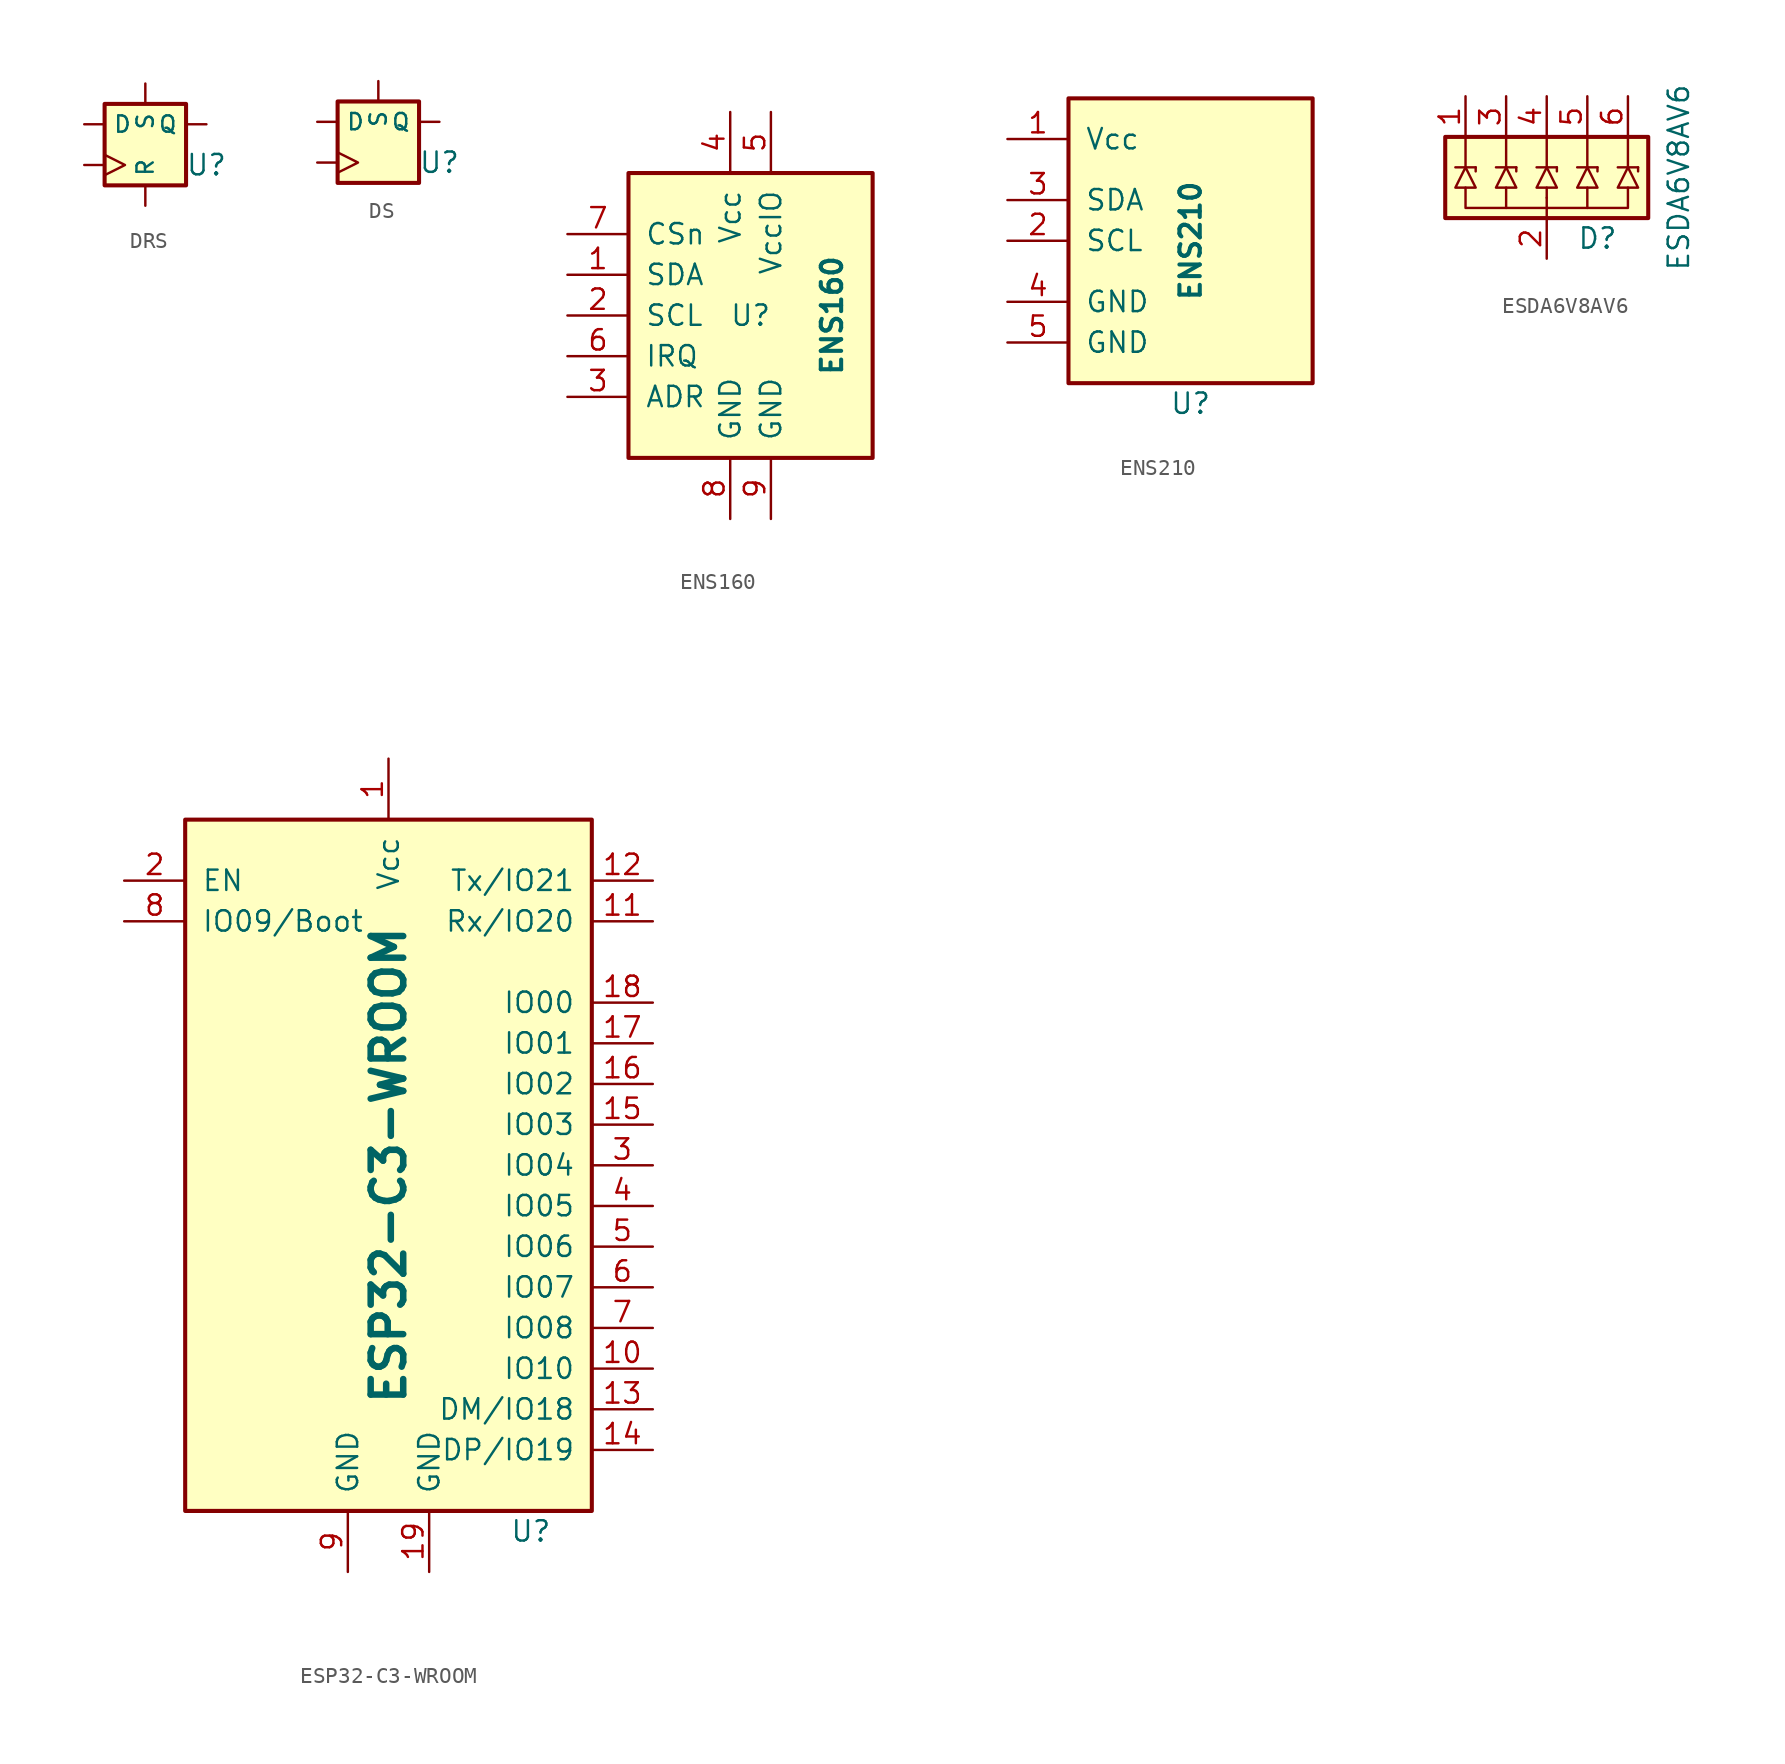
<source format=kicad_sym>
(kicad_symbol_lib
  (version 20231120)
  (generator "kicad_symbol_editor")
  (generator_version "8.0")
  (symbol "DRS"
    (pin_numbers hide)
    (property "Reference" "U"
      (at 3.81 -1.27 0)
      (effects (font (size 1.27 1.27))))
    (symbol "DRS_0_1"
      (rectangle (start -2.54 2.54) (end 2.54 -2.54) (stroke (width 0.254) (type default)) (fill (type background))))
    (symbol "DRS_1_1"
      (pin input line (at -3.81 1.27 0) (length 1.27) (name "D" (effects (font (size 1.016 1.016)))) (number "~" (effects (font (size 1.27 1.27)))))
      (pin input line (at 3.81 1.27 180) (length 1.27) (name "Q" (effects (font (size 1.016 1.016)))) (number "~" (effects (font (size 1.27 1.27)))))
      (pin input line (at 0 -3.81 90) (length 1.27) (name "R" (effects (font (size 1.016 1.016)))) (number "~" (effects (font (size 1.27 1.27)))))
      (pin input line (at 0 3.81 270) (length 1.27) (name "S" (effects (font (size 1.016 1.016)))) (number "~" (effects (font (size 1.27 1.27)))))
      (pin input clock (at -3.81 -1.27 0) (length 1.27) (name "~" (effects (font (size 1.27 1.27)))) (number "~" (effects (font (size 1.27 1.27)))))))
  (symbol "DS"
    (pin_numbers hide)
    (property "Reference" "U"
      (at 3.81 -1.27 0)
      (effects (font (size 1.27 1.27))))
    (symbol "DS_0_1"
      (rectangle (start -2.54 2.54) (end 2.54 -2.54) (stroke (width 0.254) (type default)) (fill (type background))))
    (symbol "DS_1_1"
      (pin input line (at -3.81 1.27 0) (length 1.27) (name "D" (effects (font (size 1.016 1.016)))) (number "~" (effects (font (size 1.27 1.27)))))
      (pin input line (at 3.81 1.27 180) (length 1.27) (name "Q" (effects (font (size 1.016 1.016)))) (number "~" (effects (font (size 1.27 1.27)))))
      (pin input line (at 0 3.81 270) (length 1.27) (name "S" (effects (font (size 1.016 1.016)))) (number "~" (effects (font (size 1.27 1.27)))))
      (pin input clock (at -3.81 -1.27 0) (length 1.27) (name "~" (effects (font (size 1.27 1.27)))) (number "~" (effects (font (size 1.27 1.27)))))))
  (symbol "ENS160"
    (pin_names
      (offset 1.016))
    (property "Reference" "U"
      (at 0 0 0)
      (effects (font (size 1.27 1.27))))
    (property "Value" "ENS160"
      (at 5.08 0 90)
      (effects (font (size 1.27 1.27) (bold yes))))
    (symbol "ENS160_0_1"
      (rectangle (start -7.62 8.89) (end 7.62 -8.89) (stroke (width 0.254) (type default)) (fill (type background))))
    (symbol "ENS160_1_1"
      (pin passive line (at -11.43 2.54 0) (length 3.81) (name "SDA" (effects (font (size 1.27 1.27)))) (number "1" (effects (font (size 1.27 1.27)))))
      (pin passive line (at -11.43 0 0) (length 3.81) (name "SCL" (effects (font (size 1.27 1.27)))) (number "2" (effects (font (size 1.27 1.27)))))
      (pin passive line (at -11.43 -5.08 0) (length 3.81) (name "ADR" (effects (font (size 1.27 1.27)))) (number "3" (effects (font (size 1.27 1.27)))))
      (pin passive line (at -1.27 12.7 270) (length 3.81) (name "Vcc" (effects (font (size 1.27 1.27)))) (number "4" (effects (font (size 1.27 1.27)))))
      (pin passive line (at 1.27 12.7 270) (length 3.81) (name "VccIO" (effects (font (size 1.27 1.27)))) (number "5" (effects (font (size 1.27 1.27)))))
      (pin passive line (at -11.43 -2.54 0) (length 3.81) (name "IRQ" (effects (font (size 1.27 1.27)))) (number "6" (effects (font (size 1.27 1.27)))))
      (pin passive line (at -11.43 5.08 0) (length 3.81) (name "CSn" (effects (font (size 1.27 1.27)))) (number "7" (effects (font (size 1.27 1.27)))))
      (pin passive line (at -1.27 -12.7 90) (length 3.81) (name "GND" (effects (font (size 1.27 1.27)))) (number "8" (effects (font (size 1.27 1.27)))))
      (pin passive line (at 1.27 -12.7 90) (length 3.81) (name "GND" (effects (font (size 1.27 1.27)))) (number "9" (effects (font (size 1.27 1.27)))))))
  (symbol "ENS210"
    (pin_names
      (offset 1.016))
    (property "Reference" "U"
      (at 0 -10.16 0)
      (effects (font (size 1.27 1.27))))
    (property "Value" "ENS210"
      (at 0 0 90)
      (effects (font (size 1.27 1.27) (bold yes))))
    (symbol "ENS210_0_1"
      (rectangle (start -7.62 8.89) (end 7.62 -8.89) (stroke (width 0.254) (type default)) (fill (type background))))
    (symbol "ENS210_1_1"
      (pin passive line (at -11.43 6.35 0) (length 3.81) (name "Vcc" (effects (font (size 1.27 1.27)))) (number "1" (effects (font (size 1.27 1.27)))))
      (pin passive line (at -11.43 0 0) (length 3.81) (name "SCL" (effects (font (size 1.27 1.27)))) (number "2" (effects (font (size 1.27 1.27)))))
      (pin passive line (at -11.43 2.54 0) (length 3.81) (name "SDA" (effects (font (size 1.27 1.27)))) (number "3" (effects (font (size 1.27 1.27)))))
      (pin passive line (at -11.43 -3.81 0) (length 3.81) (name "GND" (effects (font (size 1.27 1.27)))) (number "4" (effects (font (size 1.27 1.27)))))
      (pin passive line (at -11.43 -6.35 0) (length 3.81) (name "GND" (effects (font (size 1.27 1.27)))) (number "5" (effects (font (size 1.27 1.27)))))))
  (symbol "ESDA6V8AV6"
    (property "Reference" "D"
      (at 3.175 -3.81 0)
      (effects (font (size 1.27 1.27))))
    (property "Value" "ESDA6V8AV6"
      (at 8.255 0 90)
      (effects (font (size 1.27 1.27))))
    (symbol "ESDA6V8AV6_0_1"
      (rectangle (start -6.35 2.54) (end 6.35 -2.54) (stroke (width 0.254) (type default)) (fill (type background)))
      (polyline (pts (xy -5.715 0.635) (xy -4.445 0.635)) (stroke (width 0.152) (type default)) (fill (type none)))
      (polyline (pts (xy -5.08 2.54) (xy -5.08 0.635)) (stroke (width 0.152) (type default)) (fill (type none)))
      (polyline (pts (xy -4.445 0.635) (xy -4.445 0.381)) (stroke (width 0.152) (type default)) (fill (type none)))
      (polyline (pts (xy -3.175 0.635) (xy -1.905 0.635)) (stroke (width 0.152) (type default)) (fill (type none)))
      (polyline (pts (xy -2.54 -0.635) (xy -2.54 -1.905)) (stroke (width 0.152) (type default)) (fill (type none)))
      (polyline (pts (xy -2.54 2.54) (xy -2.54 0.635)) (stroke (width 0.152) (type default)) (fill (type none)))
      (polyline (pts (xy -1.905 0.635) (xy -1.905 0.381)) (stroke (width 0.152) (type default)) (fill (type none)))
      (polyline (pts (xy -0.635 0.635) (xy 0.635 0.635)) (stroke (width 0.152) (type default)) (fill (type none)))
      (polyline (pts (xy 0 -2.54) (xy 0 -1.27)) (stroke (width 0.152) (type default)) (fill (type none)))
      (polyline (pts (xy 0 -0.635) (xy 0 -1.27)) (stroke (width 0.152) (type default)) (fill (type none)))
      (polyline (pts (xy 0 2.54) (xy 0 0.635)) (stroke (width 0.152) (type default)) (fill (type none)))
      (polyline (pts (xy 0.635 0.635) (xy 0.635 0.381)) (stroke (width 0.152) (type default)) (fill (type none)))
      (polyline (pts (xy 1.905 0.635) (xy 3.175 0.635)) (stroke (width 0.152) (type default)) (fill (type none)))
      (polyline (pts (xy 2.54 -0.635) (xy 2.54 -1.905)) (stroke (width 0.152) (type default)) (fill (type none)))
      (polyline (pts (xy 2.54 2.54) (xy 2.54 0.635)) (stroke (width 0.152) (type default)) (fill (type none)))
      (polyline (pts (xy 3.175 0.635) (xy 3.175 0.381)) (stroke (width 0.152) (type default)) (fill (type none)))
      (polyline (pts (xy 4.445 0.635) (xy 5.715 0.635)) (stroke (width 0.152) (type default)) (fill (type none)))
      (polyline (pts (xy 5.08 2.54) (xy 5.08 0.635)) (stroke (width 0.152) (type default)) (fill (type none)))
      (polyline (pts (xy 5.715 0.635) (xy 5.715 0.381)) (stroke (width 0.152) (type default)) (fill (type none)))
      (polyline (pts (xy -5.08 -0.635) (xy -5.08 -1.905) (xy 5.08 -1.905) (xy 5.08 -0.635)) (stroke (width 0.152) (type default)) (fill (type none)))
      (polyline (pts (xy -5.08 0.635) (xy -5.715 -0.635) (xy -4.445 -0.635) (xy -5.08 0.635)) (stroke (width 0.152) (type default)) (fill (type none)))
      (polyline (pts (xy -2.54 0.635) (xy -3.175 -0.635) (xy -1.905 -0.635) (xy -2.54 0.635)) (stroke (width 0.152) (type default)) (fill (type none)))
      (polyline (pts (xy 0 0.635) (xy -0.635 -0.635) (xy 0.635 -0.635) (xy 0 0.635)) (stroke (width 0.152) (type default)) (fill (type none)))
      (polyline (pts (xy 2.54 0.635) (xy 1.905 -0.635) (xy 3.175 -0.635) (xy 2.54 0.635)) (stroke (width 0.152) (type default)) (fill (type none)))
      (polyline (pts (xy 5.08 0.635) (xy 4.445 -0.635) (xy 5.715 -0.635) (xy 5.08 0.635)) (stroke (width 0.152) (type default)) (fill (type none))))
    (symbol "ESDA6V8AV6_1_1"
      (pin input line (at -5.08 5.08 270) (length 2.54) (name "" (effects (font (size 1.27 1.27)))) (number "1" (effects (font (size 1.27 1.27)))))
      (pin input line (at 0 -5.08 90) (length 2.54) (name "" (effects (font (size 1.27 1.27)))) (number "2" (effects (font (size 1.27 1.27)))))
      (pin input line (at -2.54 5.08 270) (length 2.54) (name "" (effects (font (size 1.27 1.27)))) (number "3" (effects (font (size 1.27 1.27)))))
      (pin input line (at 0 5.08 270) (length 2.54) (name "" (effects (font (size 1.27 1.27)))) (number "4" (effects (font (size 1.27 1.27)))))
      (pin input line (at 2.54 5.08 270) (length 2.54) (name "" (effects (font (size 1.27 1.27)))) (number "5" (effects (font (size 1.27 1.27)))))
      (pin input line (at 5.08 5.08 270) (length 2.54) (name "" (effects (font (size 1.27 1.27)))) (number "6" (effects (font (size 1.27 1.27)))))))
  (symbol "ESP32-C3-WROOM"
    (pin_names
      (offset 1.016))
    (property "Reference" "U"
      (at 8.89 -22.86 0)
      (effects (font (size 1.27 1.27))))
    (property "Value" "ESP32-C3-WROOM"
      (at 0 0 90)
      (effects (font (size 2.032 2.032) (bold yes))))
    (symbol "ESP32-C3-WROOM_0_1"
      (rectangle (start 12.7 -21.59) (end -12.7 21.59) (stroke (width 0.254) (type default)) (fill (type background))))
    (symbol "ESP32-C3-WROOM_1_1"
      (pin passive line (at 0 25.4 270) (length 3.81) (name "Vcc" (effects (font (size 1.27 1.27)))) (number "1" (effects (font (size 1.27 1.27)))))
      (pin passive line (at 16.51 -12.7 180) (length 3.81) (name "IO10" (effects (font (size 1.27 1.27)))) (number "10" (effects (font (size 1.27 1.27)))))
      (pin passive line (at 16.51 15.24 180) (length 3.81) (name "Rx/IO20" (effects (font (size 1.27 1.27)))) (number "11" (effects (font (size 1.27 1.27)))))
      (pin passive line (at 16.51 17.78 180) (length 3.81) (name "Tx/IO21" (effects (font (size 1.27 1.27)))) (number "12" (effects (font (size 1.27 1.27)))))
      (pin passive line (at 16.51 -15.24 180) (length 3.81) (name "DM/IO18" (effects (font (size 1.27 1.27)))) (number "13" (effects (font (size 1.27 1.27)))))
      (pin passive line (at 16.51 -17.78 180) (length 3.81) (name "DP/IO19" (effects (font (size 1.27 1.27)))) (number "14" (effects (font (size 1.27 1.27)))))
      (pin passive line (at 16.51 2.54 180) (length 3.81) (name "IO03" (effects (font (size 1.27 1.27)))) (number "15" (effects (font (size 1.27 1.27)))))
      (pin passive line (at 16.51 5.08 180) (length 3.81) (name "IO02" (effects (font (size 1.27 1.27)))) (number "16" (effects (font (size 1.27 1.27)))))
      (pin passive line (at 16.51 7.62 180) (length 3.81) (name "IO01" (effects (font (size 1.27 1.27)))) (number "17" (effects (font (size 1.27 1.27)))))
      (pin passive line (at 16.51 10.16 180) (length 3.81) (name "IO00" (effects (font (size 1.27 1.27)))) (number "18" (effects (font (size 1.27 1.27)))))
      (pin passive line (at 2.54 -25.4 90) (length 3.81) (name "GND" (effects (font (size 1.27 1.27)))) (number "19" (effects (font (size 1.27 1.27)))))
      (pin passive line (at -16.51 17.78 0) (length 3.81) (name "EN" (effects (font (size 1.27 1.27)))) (number "2" (effects (font (size 1.27 1.27)))))
      (pin passive line (at 16.51 0 180) (length 3.81) (name "IO04" (effects (font (size 1.27 1.27)))) (number "3" (effects (font (size 1.27 1.27)))))
      (pin passive line (at 16.51 -2.54 180) (length 3.81) (name "IO05" (effects (font (size 1.27 1.27)))) (number "4" (effects (font (size 1.27 1.27)))))
      (pin passive line (at 16.51 -5.08 180) (length 3.81) (name "IO06" (effects (font (size 1.27 1.27)))) (number "5" (effects (font (size 1.27 1.27)))))
      (pin passive line (at 16.51 -7.62 180) (length 3.81) (name "IO07" (effects (font (size 1.27 1.27)))) (number "6" (effects (font (size 1.27 1.27)))))
      (pin passive line (at 16.51 -10.16 180) (length 3.81) (name "IO08" (effects (font (size 1.27 1.27)))) (number "7" (effects (font (size 1.27 1.27)))))
      (pin passive line (at -16.51 15.24 0) (length 3.81) (name "IO09/Boot" (effects (font (size 1.27 1.27)))) (number "8" (effects (font (size 1.27 1.27)))))
      (pin passive line (at -2.54 -25.4 90) (length 3.81) (name "GND" (effects (font (size 1.27 1.27)))) (number "9" (effects (font (size 1.27 1.27))))))))
</source>
